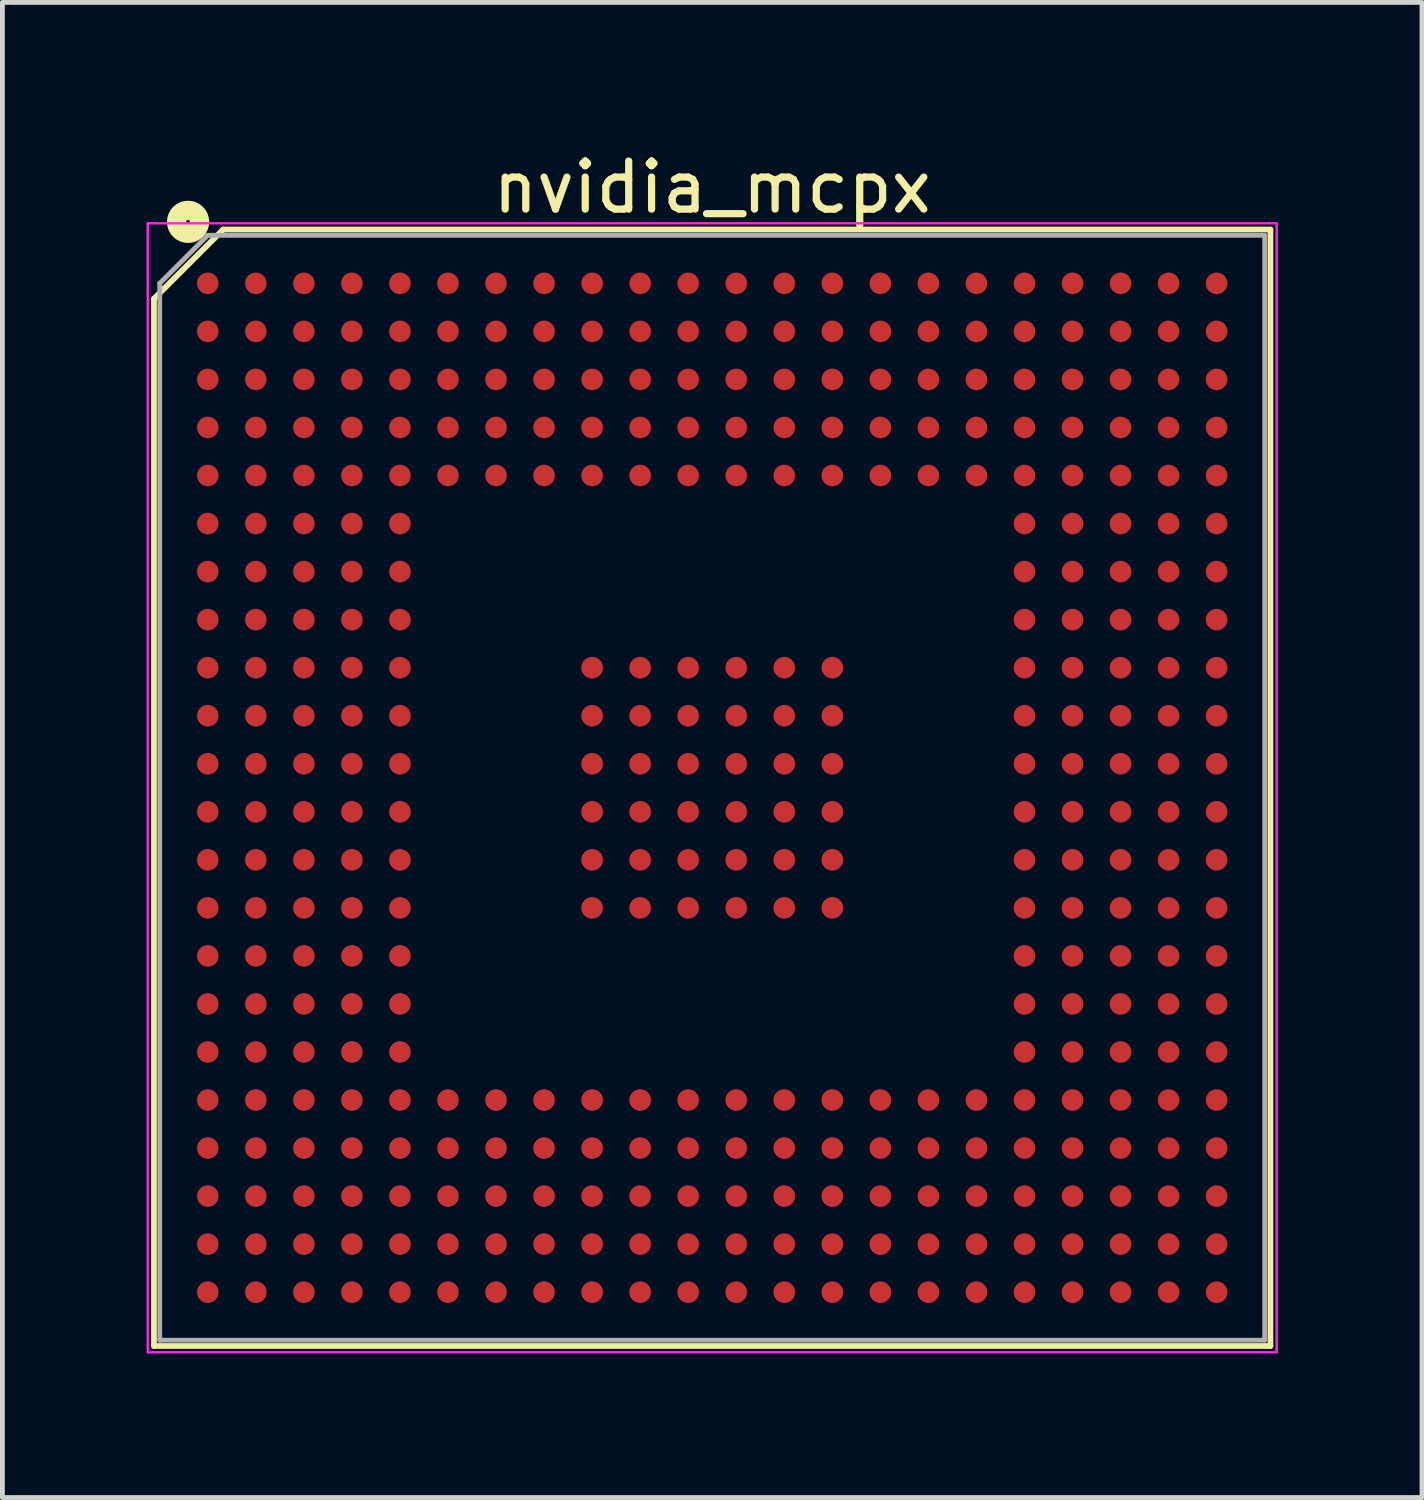
<source format=kicad_pcb>
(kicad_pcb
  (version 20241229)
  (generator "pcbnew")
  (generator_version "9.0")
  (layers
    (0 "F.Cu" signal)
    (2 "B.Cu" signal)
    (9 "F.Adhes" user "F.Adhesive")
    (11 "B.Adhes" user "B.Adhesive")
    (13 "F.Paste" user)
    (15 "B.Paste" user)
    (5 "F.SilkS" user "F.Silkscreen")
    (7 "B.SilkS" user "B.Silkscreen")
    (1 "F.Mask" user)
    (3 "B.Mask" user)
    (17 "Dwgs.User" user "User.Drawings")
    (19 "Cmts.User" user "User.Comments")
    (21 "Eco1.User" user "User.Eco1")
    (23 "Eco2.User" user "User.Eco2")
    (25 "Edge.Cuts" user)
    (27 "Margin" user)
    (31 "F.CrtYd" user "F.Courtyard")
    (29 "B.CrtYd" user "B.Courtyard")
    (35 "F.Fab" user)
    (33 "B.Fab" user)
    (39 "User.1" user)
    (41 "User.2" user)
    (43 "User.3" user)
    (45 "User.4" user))
  (footprint "nvidia_mcpx"
    (layer "F.Cu")
    (at 11.775 13.348)
    (property "Reference" "nvidia_mcpx" (at 0 -12.5 0) (layer "F.SilkS") (effects (font (size 1 1) (thickness 0.15))))
    (attr through_hole)
    (fp_line (start -11.62 -10.18) (end -11.62 11.62) (stroke (width 0.12) (type default)) (layer "F.SilkS"))
    (fp_line (start -10.18 -11.62) (end -11.62 -10.18) (stroke (width 0.12) (type default)) (layer "F.SilkS"))
    (fp_line (start 11.62 -11.62) (end -10.18 -11.62) (stroke (width 0.12) (type default)) (layer "F.SilkS"))
    (fp_line (start 11.62 11.62) (end -11.62 11.62) (stroke (width 0.12) (type default)) (layer "F.SilkS"))
    (fp_line (start 11.62 11.62) (end 11.62 -11.62) (stroke (width 0.12) (type default)) (layer "F.SilkS"))
    (fp_circle (center -10.91 -11.78) (end -10.67 -11.77) (stroke (width 0.4) (type default)) (fill no) (layer "F.SilkS"))
    (fp_line (start -11.75 -11.75) (end 11.75 -11.75) (stroke (width 0.05) (type default)) (layer "F.CrtYd"))
    (fp_line (start -11.75 11.75) (end -11.75 -11.75) (stroke (width 0.05) (type default)) (layer "F.CrtYd"))
    (fp_line (start 11.75 -11.75) (end 11.75 11.75) (stroke (width 0.05) (type default)) (layer "F.CrtYd"))
    (fp_line (start 11.75 11.75) (end -11.75 11.75) (stroke (width 0.05) (type default)) (layer "F.CrtYd"))
    (fp_line (start -11.5 -10.5) (end -11.5 11.5) (stroke (width 0.1) (type default)) (layer "F.Fab"))
    (fp_line (start -11.5 11.5) (end 11.5 11.5) (stroke (width 0.1) (type default)) (layer "F.Fab"))
    (fp_line (start -10.5 -11.5) (end -11.5 -10.5) (stroke (width 0.1) (type default)) (layer "F.Fab"))
    (fp_line (start 11.5 -11.5) (end -10.5 -11.5) (stroke (width 0.1) (type default)) (layer "F.Fab"))
    (fp_line (start 11.5 11.5) (end 11.5 -11.5) (stroke (width 0.1) (type default)) (layer "F.Fab"))
    (pad "A1" smd circle (at -10.5 -10.5) (size 0.45 0.45) (layers "F.Cu" "F.Mask" "F.Paste"))
    (pad "A2" smd circle (at -9.5 -10.5) (size 0.45 0.45) (layers "F.Cu" "F.Mask" "F.Paste"))
    (pad "A3" smd circle (at -8.5 -10.5) (size 0.45 0.45) (layers "F.Cu" "F.Mask" "F.Paste"))
    (pad "A4" smd circle (at -7.5 -10.5) (size 0.45 0.45) (layers "F.Cu" "F.Mask" "F.Paste"))
    (pad "A5" smd circle (at -6.5 -10.5) (size 0.45 0.45) (layers "F.Cu" "F.Mask" "F.Paste"))
    (pad "A6" smd circle (at -5.5 -10.5) (size 0.45 0.45) (layers "F.Cu" "F.Mask" "F.Paste"))
    (pad "A7" smd circle (at -4.5 -10.5) (size 0.45 0.45) (layers "F.Cu" "F.Mask" "F.Paste"))
    (pad "A8" smd circle (at -3.5 -10.5) (size 0.45 0.45) (layers "F.Cu" "F.Mask" "F.Paste"))
    (pad "A9" smd circle (at -2.5 -10.5) (size 0.45 0.45) (layers "F.Cu" "F.Mask" "F.Paste"))
    (pad "A10" smd circle (at -1.5 -10.5) (size 0.45 0.45) (layers "F.Cu" "F.Mask" "F.Paste"))
    (pad "A11" smd circle (at -0.5 -10.5) (size 0.45 0.45) (layers "F.Cu" "F.Mask" "F.Paste"))
    (pad "A12" smd circle (at 0.5 -10.5) (size 0.45 0.45) (layers "F.Cu" "F.Mask" "F.Paste"))
    (pad "A13" smd circle (at 1.5 -10.5) (size 0.45 0.45) (layers "F.Cu" "F.Mask" "F.Paste"))
    (pad "A14" smd circle (at 2.5 -10.5) (size 0.45 0.45) (layers "F.Cu" "F.Mask" "F.Paste"))
    (pad "A15" smd circle (at 3.5 -10.5) (size 0.45 0.45) (layers "F.Cu" "F.Mask" "F.Paste"))
    (pad "A16" smd circle (at 4.5 -10.5) (size 0.45 0.45) (layers "F.Cu" "F.Mask" "F.Paste"))
    (pad "A17" smd circle (at 5.5 -10.5) (size 0.45 0.45) (layers "F.Cu" "F.Mask" "F.Paste"))
    (pad "A18" smd circle (at 6.5 -10.5) (size 0.45 0.45) (layers "F.Cu" "F.Mask" "F.Paste"))
    (pad "A19" smd circle (at 7.5 -10.5) (size 0.45 0.45) (layers "F.Cu" "F.Mask" "F.Paste"))
    (pad "A20" smd circle (at 8.5 -10.5) (size 0.45 0.45) (layers "F.Cu" "F.Mask" "F.Paste"))
    (pad "A21" smd circle (at 9.5 -10.5) (size 0.45 0.45) (layers "F.Cu" "F.Mask" "F.Paste"))
    (pad "A22" smd circle (at 10.5 -10.5) (size 0.45 0.45) (layers "F.Cu" "F.Mask" "F.Paste"))
    (pad "AA1" smd circle (at -10.5 9.5) (size 0.45 0.45) (layers "F.Cu" "F.Mask" "F.Paste"))
    (pad "AA2" smd circle (at -9.5 9.5) (size 0.45 0.45) (layers "F.Cu" "F.Mask" "F.Paste"))
    (pad "AA3" smd circle (at -8.5 9.5) (size 0.45 0.45) (layers "F.Cu" "F.Mask" "F.Paste"))
    (pad "AA4" smd circle (at -7.5 9.5) (size 0.45 0.45) (layers "F.Cu" "F.Mask" "F.Paste"))
    (pad "AA5" smd circle (at -6.5 9.5) (size 0.45 0.45) (layers "F.Cu" "F.Mask" "F.Paste"))
    (pad "AA6" smd circle (at -5.5 9.5) (size 0.45 0.45) (layers "F.Cu" "F.Mask" "F.Paste"))
    (pad "AA7" smd circle (at -4.5 9.5) (size 0.45 0.45) (layers "F.Cu" "F.Mask" "F.Paste"))
    (pad "AA8" smd circle (at -3.5 9.5) (size 0.45 0.45) (layers "F.Cu" "F.Mask" "F.Paste"))
    (pad "AA9" smd circle (at -2.5 9.5) (size 0.45 0.45) (layers "F.Cu" "F.Mask" "F.Paste"))
    (pad "AA10" smd circle (at -1.5 9.5) (size 0.45 0.45) (layers "F.Cu" "F.Mask" "F.Paste"))
    (pad "AA11" smd circle (at -0.5 9.5) (size 0.45 0.45) (layers "F.Cu" "F.Mask" "F.Paste"))
    (pad "AA12" smd circle (at 0.5 9.5) (size 0.45 0.45) (layers "F.Cu" "F.Mask" "F.Paste"))
    (pad "AA13" smd circle (at 1.5 9.5) (size 0.45 0.45) (layers "F.Cu" "F.Mask" "F.Paste"))
    (pad "AA14" smd circle (at 2.5 9.5) (size 0.45 0.45) (layers "F.Cu" "F.Mask" "F.Paste"))
    (pad "AA15" smd circle (at 3.5 9.5) (size 0.45 0.45) (layers "F.Cu" "F.Mask" "F.Paste"))
    (pad "AA16" smd circle (at 4.5 9.5) (size 0.45 0.45) (layers "F.Cu" "F.Mask" "F.Paste"))
    (pad "AA17" smd circle (at 5.5 9.5) (size 0.45 0.45) (layers "F.Cu" "F.Mask" "F.Paste"))
    (pad "AA18" smd circle (at 6.5 9.5) (size 0.45 0.45) (layers "F.Cu" "F.Mask" "F.Paste"))
    (pad "AA19" smd circle (at 7.5 9.5) (size 0.45 0.45) (layers "F.Cu" "F.Mask" "F.Paste"))
    (pad "AA20" smd circle (at 8.5 9.5) (size 0.45 0.45) (layers "F.Cu" "F.Mask" "F.Paste"))
    (pad "AA21" smd circle (at 9.5 9.5) (size 0.45 0.45) (layers "F.Cu" "F.Mask" "F.Paste"))
    (pad "AA22" smd circle (at 10.5 9.5) (size 0.45 0.45) (layers "F.Cu" "F.Mask" "F.Paste"))
    (pad "AB1" smd circle (at -10.5 10.5) (size 0.45 0.45) (layers "F.Cu" "F.Mask" "F.Paste"))
    (pad "AB2" smd circle (at -9.5 10.5) (size 0.45 0.45) (layers "F.Cu" "F.Mask" "F.Paste"))
    (pad "AB3" smd circle (at -8.5 10.5) (size 0.45 0.45) (layers "F.Cu" "F.Mask" "F.Paste"))
    (pad "AB4" smd circle (at -7.5 10.5) (size 0.45 0.45) (layers "F.Cu" "F.Mask" "F.Paste"))
    (pad "AB5" smd circle (at -6.5 10.5) (size 0.45 0.45) (layers "F.Cu" "F.Mask" "F.Paste"))
    (pad "AB6" smd circle (at -5.5 10.5) (size 0.45 0.45) (layers "F.Cu" "F.Mask" "F.Paste"))
    (pad "AB7" smd circle (at -4.5 10.5) (size 0.45 0.45) (layers "F.Cu" "F.Mask" "F.Paste"))
    (pad "AB8" smd circle (at -3.5 10.5) (size 0.45 0.45) (layers "F.Cu" "F.Mask" "F.Paste"))
    (pad "AB9" smd circle (at -2.5 10.5) (size 0.45 0.45) (layers "F.Cu" "F.Mask" "F.Paste"))
    (pad "AB10" smd circle (at -1.5 10.5) (size 0.45 0.45) (layers "F.Cu" "F.Mask" "F.Paste"))
    (pad "AB11" smd circle (at -0.5 10.5) (size 0.45 0.45) (layers "F.Cu" "F.Mask" "F.Paste"))
    (pad "AB12" smd circle (at 0.5 10.5) (size 0.45 0.45) (layers "F.Cu" "F.Mask" "F.Paste"))
    (pad "AB13" smd circle (at 1.5 10.5) (size 0.45 0.45) (layers "F.Cu" "F.Mask" "F.Paste"))
    (pad "AB14" smd circle (at 2.5 10.5) (size 0.45 0.45) (layers "F.Cu" "F.Mask" "F.Paste"))
    (pad "AB15" smd circle (at 3.5 10.5) (size 0.45 0.45) (layers "F.Cu" "F.Mask" "F.Paste"))
    (pad "AB16" smd circle (at 4.5 10.5) (size 0.45 0.45) (layers "F.Cu" "F.Mask" "F.Paste"))
    (pad "AB17" smd circle (at 5.5 10.5) (size 0.45 0.45) (layers "F.Cu" "F.Mask" "F.Paste"))
    (pad "AB18" smd circle (at 6.5 10.5) (size 0.45 0.45) (layers "F.Cu" "F.Mask" "F.Paste"))
    (pad "AB19" smd circle (at 7.5 10.5) (size 0.45 0.45) (layers "F.Cu" "F.Mask" "F.Paste"))
    (pad "AB20" smd circle (at 8.5 10.5) (size 0.45 0.45) (layers "F.Cu" "F.Mask" "F.Paste"))
    (pad "AB21" smd circle (at 9.5 10.5) (size 0.45 0.45) (layers "F.Cu" "F.Mask" "F.Paste"))
    (pad "AB22" smd circle (at 10.5 10.5) (size 0.45 0.45) (layers "F.Cu" "F.Mask" "F.Paste"))
    (pad "B1" smd circle (at -10.5 -9.5) (size 0.45 0.45) (layers "F.Cu" "F.Mask" "F.Paste"))
    (pad "B2" smd circle (at -9.5 -9.5) (size 0.45 0.45) (layers "F.Cu" "F.Mask" "F.Paste"))
    (pad "B3" smd circle (at -8.5 -9.5) (size 0.45 0.45) (layers "F.Cu" "F.Mask" "F.Paste"))
    (pad "B4" smd circle (at -7.5 -9.5) (size 0.45 0.45) (layers "F.Cu" "F.Mask" "F.Paste"))
    (pad "B5" smd circle (at -6.5 -9.5) (size 0.45 0.45) (layers "F.Cu" "F.Mask" "F.Paste"))
    (pad "B6" smd circle (at -5.5 -9.5) (size 0.45 0.45) (layers "F.Cu" "F.Mask" "F.Paste"))
    (pad "B7" smd circle (at -4.5 -9.5) (size 0.45 0.45) (layers "F.Cu" "F.Mask" "F.Paste"))
    (pad "B8" smd circle (at -3.5 -9.5) (size 0.45 0.45) (layers "F.Cu" "F.Mask" "F.Paste"))
    (pad "B9" smd circle (at -2.5 -9.5) (size 0.45 0.45) (layers "F.Cu" "F.Mask" "F.Paste"))
    (pad "B10" smd circle (at -1.5 -9.5) (size 0.45 0.45) (layers "F.Cu" "F.Mask" "F.Paste"))
    (pad "B11" smd circle (at -0.5 -9.5) (size 0.45 0.45) (layers "F.Cu" "F.Mask" "F.Paste"))
    (pad "B12" smd circle (at 0.5 -9.5) (size 0.45 0.45) (layers "F.Cu" "F.Mask" "F.Paste"))
    (pad "B13" smd circle (at 1.5 -9.5) (size 0.45 0.45) (layers "F.Cu" "F.Mask" "F.Paste"))
    (pad "B14" smd circle (at 2.5 -9.5) (size 0.45 0.45) (layers "F.Cu" "F.Mask" "F.Paste"))
    (pad "B15" smd circle (at 3.5 -9.5) (size 0.45 0.45) (layers "F.Cu" "F.Mask" "F.Paste"))
    (pad "B16" smd circle (at 4.5 -9.5) (size 0.45 0.45) (layers "F.Cu" "F.Mask" "F.Paste"))
    (pad "B17" smd circle (at 5.5 -9.5) (size 0.45 0.45) (layers "F.Cu" "F.Mask" "F.Paste"))
    (pad "B18" smd circle (at 6.5 -9.5) (size 0.45 0.45) (layers "F.Cu" "F.Mask" "F.Paste"))
    (pad "B19" smd circle (at 7.5 -9.5) (size 0.45 0.45) (layers "F.Cu" "F.Mask" "F.Paste"))
    (pad "B20" smd circle (at 8.5 -9.5) (size 0.45 0.45) (layers "F.Cu" "F.Mask" "F.Paste"))
    (pad "B21" smd circle (at 9.5 -9.5) (size 0.45 0.45) (layers "F.Cu" "F.Mask" "F.Paste"))
    (pad "B22" smd circle (at 10.5 -9.5) (size 0.45 0.45) (layers "F.Cu" "F.Mask" "F.Paste"))
    (pad "C1" smd circle (at -10.5 -8.5) (size 0.45 0.45) (layers "F.Cu" "F.Mask" "F.Paste"))
    (pad "C2" smd circle (at -9.5 -8.5) (size 0.45 0.45) (layers "F.Cu" "F.Mask" "F.Paste"))
    (pad "C3" smd circle (at -8.5 -8.5) (size 0.45 0.45) (layers "F.Cu" "F.Mask" "F.Paste"))
    (pad "C4" smd circle (at -7.5 -8.5) (size 0.45 0.45) (layers "F.Cu" "F.Mask" "F.Paste"))
    (pad "C5" smd circle (at -6.5 -8.5) (size 0.45 0.45) (layers "F.Cu" "F.Mask" "F.Paste"))
    (pad "C6" smd circle (at -5.5 -8.5) (size 0.45 0.45) (layers "F.Cu" "F.Mask" "F.Paste"))
    (pad "C7" smd circle (at -4.5 -8.5) (size 0.45 0.45) (layers "F.Cu" "F.Mask" "F.Paste"))
    (pad "C8" smd circle (at -3.5 -8.5) (size 0.45 0.45) (layers "F.Cu" "F.Mask" "F.Paste"))
    (pad "C9" smd circle (at -2.5 -8.5) (size 0.45 0.45) (layers "F.Cu" "F.Mask" "F.Paste"))
    (pad "C10" smd circle (at -1.5 -8.5) (size 0.45 0.45) (layers "F.Cu" "F.Mask" "F.Paste"))
    (pad "C11" smd circle (at -0.5 -8.5) (size 0.45 0.45) (layers "F.Cu" "F.Mask" "F.Paste"))
    (pad "C12" smd circle (at 0.5 -8.5) (size 0.45 0.45) (layers "F.Cu" "F.Mask" "F.Paste"))
    (pad "C13" smd circle (at 1.5 -8.5) (size 0.45 0.45) (layers "F.Cu" "F.Mask" "F.Paste"))
    (pad "C14" smd circle (at 2.5 -8.5) (size 0.45 0.45) (layers "F.Cu" "F.Mask" "F.Paste"))
    (pad "C15" smd circle (at 3.5 -8.5) (size 0.45 0.45) (layers "F.Cu" "F.Mask" "F.Paste"))
    (pad "C16" smd circle (at 4.5 -8.5) (size 0.45 0.45) (layers "F.Cu" "F.Mask" "F.Paste"))
    (pad "C17" smd circle (at 5.5 -8.5) (size 0.45 0.45) (layers "F.Cu" "F.Mask" "F.Paste"))
    (pad "C18" smd circle (at 6.5 -8.5) (size 0.45 0.45) (layers "F.Cu" "F.Mask" "F.Paste"))
    (pad "C19" smd circle (at 7.5 -8.5) (size 0.45 0.45) (layers "F.Cu" "F.Mask" "F.Paste"))
    (pad "C20" smd circle (at 8.5 -8.5) (size 0.45 0.45) (layers "F.Cu" "F.Mask" "F.Paste"))
    (pad "C21" smd circle (at 9.5 -8.5) (size 0.45 0.45) (layers "F.Cu" "F.Mask" "F.Paste"))
    (pad "C22" smd circle (at 10.5 -8.5) (size 0.45 0.45) (layers "F.Cu" "F.Mask" "F.Paste"))
    (pad "D1" smd circle (at -10.5 -7.5) (size 0.45 0.45) (layers "F.Cu" "F.Mask" "F.Paste"))
    (pad "D2" smd circle (at -9.5 -7.5) (size 0.45 0.45) (layers "F.Cu" "F.Mask" "F.Paste"))
    (pad "D3" smd circle (at -8.5 -7.5) (size 0.45 0.45) (layers "F.Cu" "F.Mask" "F.Paste"))
    (pad "D4" smd circle (at -7.5 -7.5) (size 0.45 0.45) (layers "F.Cu" "F.Mask" "F.Paste"))
    (pad "D5" smd circle (at -6.5 -7.5) (size 0.45 0.45) (layers "F.Cu" "F.Mask" "F.Paste"))
    (pad "D6" smd circle (at -5.5 -7.5) (size 0.45 0.45) (layers "F.Cu" "F.Mask" "F.Paste"))
    (pad "D7" smd circle (at -4.5 -7.5) (size 0.45 0.45) (layers "F.Cu" "F.Mask" "F.Paste"))
    (pad "D8" smd circle (at -3.5 -7.5) (size 0.45 0.45) (layers "F.Cu" "F.Mask" "F.Paste"))
    (pad "D9" smd circle (at -2.5 -7.5) (size 0.45 0.45) (layers "F.Cu" "F.Mask" "F.Paste"))
    (pad "D10" smd circle (at -1.5 -7.5) (size 0.45 0.45) (layers "F.Cu" "F.Mask" "F.Paste"))
    (pad "D11" smd circle (at -0.5 -7.5) (size 0.45 0.45) (layers "F.Cu" "F.Mask" "F.Paste"))
    (pad "D12" smd circle (at 0.5 -7.5) (size 0.45 0.45) (layers "F.Cu" "F.Mask" "F.Paste"))
    (pad "D13" smd circle (at 1.5 -7.5) (size 0.45 0.45) (layers "F.Cu" "F.Mask" "F.Paste"))
    (pad "D14" smd circle (at 2.5 -7.5) (size 0.45 0.45) (layers "F.Cu" "F.Mask" "F.Paste"))
    (pad "D15" smd circle (at 3.5 -7.5) (size 0.45 0.45) (layers "F.Cu" "F.Mask" "F.Paste"))
    (pad "D16" smd circle (at 4.5 -7.5) (size 0.45 0.45) (layers "F.Cu" "F.Mask" "F.Paste"))
    (pad "D17" smd circle (at 5.5 -7.5) (size 0.45 0.45) (layers "F.Cu" "F.Mask" "F.Paste"))
    (pad "D18" smd circle (at 6.5 -7.5) (size 0.45 0.45) (layers "F.Cu" "F.Mask" "F.Paste"))
    (pad "D19" smd circle (at 7.5 -7.5) (size 0.45 0.45) (layers "F.Cu" "F.Mask" "F.Paste"))
    (pad "D20" smd circle (at 8.5 -7.5) (size 0.45 0.45) (layers "F.Cu" "F.Mask" "F.Paste"))
    (pad "D21" smd circle (at 9.5 -7.5) (size 0.45 0.45) (layers "F.Cu" "F.Mask" "F.Paste"))
    (pad "D22" smd circle (at 10.5 -7.5) (size 0.45 0.45) (layers "F.Cu" "F.Mask" "F.Paste"))
    (pad "E1" smd circle (at -10.5 -6.5) (size 0.45 0.45) (layers "F.Cu" "F.Mask" "F.Paste"))
    (pad "E2" smd circle (at -9.5 -6.5) (size 0.45 0.45) (layers "F.Cu" "F.Mask" "F.Paste"))
    (pad "E3" smd circle (at -8.5 -6.5) (size 0.45 0.45) (layers "F.Cu" "F.Mask" "F.Paste"))
    (pad "E4" smd circle (at -7.5 -6.5) (size 0.45 0.45) (layers "F.Cu" "F.Mask" "F.Paste"))
    (pad "E5" smd circle (at -6.5 -6.5) (size 0.45 0.45) (layers "F.Cu" "F.Mask" "F.Paste"))
    (pad "E6" smd circle (at -5.5 -6.5) (size 0.45 0.45) (layers "F.Cu" "F.Mask" "F.Paste"))
    (pad "E7" smd circle (at -4.5 -6.5) (size 0.45 0.45) (layers "F.Cu" "F.Mask" "F.Paste"))
    (pad "E8" smd circle (at -3.5 -6.5) (size 0.45 0.45) (layers "F.Cu" "F.Mask" "F.Paste"))
    (pad "E9" smd circle (at -2.5 -6.5) (size 0.45 0.45) (layers "F.Cu" "F.Mask" "F.Paste"))
    (pad "E10" smd circle (at -1.5 -6.5) (size 0.45 0.45) (layers "F.Cu" "F.Mask" "F.Paste"))
    (pad "E11" smd circle (at -0.5 -6.5) (size 0.45 0.45) (layers "F.Cu" "F.Mask" "F.Paste"))
    (pad "E12" smd circle (at 0.5 -6.5) (size 0.45 0.45) (layers "F.Cu" "F.Mask" "F.Paste"))
    (pad "E13" smd circle (at 1.5 -6.5) (size 0.45 0.45) (layers "F.Cu" "F.Mask" "F.Paste"))
    (pad "E14" smd circle (at 2.5 -6.5) (size 0.45 0.45) (layers "F.Cu" "F.Mask" "F.Paste"))
    (pad "E15" smd circle (at 3.5 -6.5) (size 0.45 0.45) (layers "F.Cu" "F.Mask" "F.Paste"))
    (pad "E16" smd circle (at 4.5 -6.5) (size 0.45 0.45) (layers "F.Cu" "F.Mask" "F.Paste"))
    (pad "E17" smd circle (at 5.5 -6.5) (size 0.45 0.45) (layers "F.Cu" "F.Mask" "F.Paste"))
    (pad "E18" smd circle (at 6.5 -6.5) (size 0.45 0.45) (layers "F.Cu" "F.Mask" "F.Paste"))
    (pad "E19" smd circle (at 7.5 -6.5) (size 0.45 0.45) (layers "F.Cu" "F.Mask" "F.Paste"))
    (pad "E20" smd circle (at 8.5 -6.5) (size 0.45 0.45) (layers "F.Cu" "F.Mask" "F.Paste"))
    (pad "E21" smd circle (at 9.5 -6.5) (size 0.45 0.45) (layers "F.Cu" "F.Mask" "F.Paste"))
    (pad "E22" smd circle (at 10.5 -6.5) (size 0.45 0.45) (layers "F.Cu" "F.Mask" "F.Paste"))
    (pad "F1" smd circle (at -10.5 -5.5) (size 0.45 0.45) (layers "F.Cu" "F.Mask" "F.Paste"))
    (pad "F2" smd circle (at -9.5 -5.5) (size 0.45 0.45) (layers "F.Cu" "F.Mask" "F.Paste"))
    (pad "F3" smd circle (at -8.5 -5.5) (size 0.45 0.45) (layers "F.Cu" "F.Mask" "F.Paste"))
    (pad "F4" smd circle (at -7.5 -5.5) (size 0.45 0.45) (layers "F.Cu" "F.Mask" "F.Paste"))
    (pad "F5" smd circle (at -6.5 -5.5) (size 0.45 0.45) (layers "F.Cu" "F.Mask" "F.Paste"))
    (pad "F18" smd circle (at 6.5 -5.5) (size 0.45 0.45) (layers "F.Cu" "F.Mask" "F.Paste"))
    (pad "F19" smd circle (at 7.5 -5.5) (size 0.45 0.45) (layers "F.Cu" "F.Mask" "F.Paste"))
    (pad "F20" smd circle (at 8.5 -5.5) (size 0.45 0.45) (layers "F.Cu" "F.Mask" "F.Paste"))
    (pad "F21" smd circle (at 9.5 -5.5) (size 0.45 0.45) (layers "F.Cu" "F.Mask" "F.Paste"))
    (pad "F22" smd circle (at 10.5 -5.5) (size 0.45 0.45) (layers "F.Cu" "F.Mask" "F.Paste"))
    (pad "G1" smd circle (at -10.5 -4.5) (size 0.45 0.45) (layers "F.Cu" "F.Mask" "F.Paste"))
    (pad "G2" smd circle (at -9.5 -4.5) (size 0.45 0.45) (layers "F.Cu" "F.Mask" "F.Paste"))
    (pad "G3" smd circle (at -8.5 -4.5) (size 0.45 0.45) (layers "F.Cu" "F.Mask" "F.Paste"))
    (pad "G4" smd circle (at -7.5 -4.5) (size 0.45 0.45) (layers "F.Cu" "F.Mask" "F.Paste"))
    (pad "G5" smd circle (at -6.5 -4.5) (size 0.45 0.45) (layers "F.Cu" "F.Mask" "F.Paste"))
    (pad "G18" smd circle (at 6.5 -4.5) (size 0.45 0.45) (layers "F.Cu" "F.Mask" "F.Paste"))
    (pad "G19" smd circle (at 7.5 -4.5) (size 0.45 0.45) (layers "F.Cu" "F.Mask" "F.Paste"))
    (pad "G20" smd circle (at 8.5 -4.5) (size 0.45 0.45) (layers "F.Cu" "F.Mask" "F.Paste"))
    (pad "G21" smd circle (at 9.5 -4.5) (size 0.45 0.45) (layers "F.Cu" "F.Mask" "F.Paste"))
    (pad "G22" smd circle (at 10.5 -4.5) (size 0.45 0.45) (layers "F.Cu" "F.Mask" "F.Paste"))
    (pad "H1" smd circle (at -10.5 -3.5) (size 0.45 0.45) (layers "F.Cu" "F.Mask" "F.Paste"))
    (pad "H2" smd circle (at -9.5 -3.5) (size 0.45 0.45) (layers "F.Cu" "F.Mask" "F.Paste"))
    (pad "H3" smd circle (at -8.5 -3.5) (size 0.45 0.45) (layers "F.Cu" "F.Mask" "F.Paste"))
    (pad "H4" smd circle (at -7.5 -3.5) (size 0.45 0.45) (layers "F.Cu" "F.Mask" "F.Paste"))
    (pad "H5" smd circle (at -6.5 -3.5) (size 0.45 0.45) (layers "F.Cu" "F.Mask" "F.Paste"))
    (pad "H18" smd circle (at 6.5 -3.5) (size 0.45 0.45) (layers "F.Cu" "F.Mask" "F.Paste"))
    (pad "H19" smd circle (at 7.5 -3.5) (size 0.45 0.45) (layers "F.Cu" "F.Mask" "F.Paste"))
    (pad "H20" smd circle (at 8.5 -3.5) (size 0.45 0.45) (layers "F.Cu" "F.Mask" "F.Paste"))
    (pad "H21" smd circle (at 9.5 -3.5) (size 0.45 0.45) (layers "F.Cu" "F.Mask" "F.Paste"))
    (pad "H22" smd circle (at 10.5 -3.5) (size 0.45 0.45) (layers "F.Cu" "F.Mask" "F.Paste"))
    (pad "J1" smd circle (at -10.5 -2.5) (size 0.45 0.45) (layers "F.Cu" "F.Mask" "F.Paste"))
    (pad "J2" smd circle (at -9.5 -2.5) (size 0.45 0.45) (layers "F.Cu" "F.Mask" "F.Paste"))
    (pad "J3" smd circle (at -8.5 -2.5) (size 0.45 0.45) (layers "F.Cu" "F.Mask" "F.Paste"))
    (pad "J4" smd circle (at -7.5 -2.5) (size 0.45 0.45) (layers "F.Cu" "F.Mask" "F.Paste"))
    (pad "J5" smd circle (at -6.5 -2.5) (size 0.45 0.45) (layers "F.Cu" "F.Mask" "F.Paste"))
    (pad "J9" smd circle (at -2.5 -2.5) (size 0.45 0.45) (layers "F.Cu" "F.Mask" "F.Paste"))
    (pad "J10" smd circle (at -1.5 -2.5) (size 0.45 0.45) (layers "F.Cu" "F.Mask" "F.Paste"))
    (pad "J11" smd circle (at -0.5 -2.5) (size 0.45 0.45) (layers "F.Cu" "F.Mask" "F.Paste"))
    (pad "J12" smd circle (at 0.5 -2.5) (size 0.45 0.45) (layers "F.Cu" "F.Mask" "F.Paste"))
    (pad "J13" smd circle (at 1.5 -2.5) (size 0.45 0.45) (layers "F.Cu" "F.Mask" "F.Paste"))
    (pad "J14" smd circle (at 2.5 -2.5) (size 0.45 0.45) (layers "F.Cu" "F.Mask" "F.Paste"))
    (pad "J18" smd circle (at 6.5 -2.5) (size 0.45 0.45) (layers "F.Cu" "F.Mask" "F.Paste"))
    (pad "J19" smd circle (at 7.5 -2.5) (size 0.45 0.45) (layers "F.Cu" "F.Mask" "F.Paste"))
    (pad "J20" smd circle (at 8.5 -2.5) (size 0.45 0.45) (layers "F.Cu" "F.Mask" "F.Paste"))
    (pad "J21" smd circle (at 9.5 -2.5) (size 0.45 0.45) (layers "F.Cu" "F.Mask" "F.Paste"))
    (pad "J22" smd circle (at 10.5 -2.5) (size 0.45 0.45) (layers "F.Cu" "F.Mask" "F.Paste"))
    (pad "K1" smd circle (at -10.5 -1.5) (size 0.45 0.45) (layers "F.Cu" "F.Mask" "F.Paste"))
    (pad "K2" smd circle (at -9.5 -1.5) (size 0.45 0.45) (layers "F.Cu" "F.Mask" "F.Paste"))
    (pad "K3" smd circle (at -8.5 -1.5) (size 0.45 0.45) (layers "F.Cu" "F.Mask" "F.Paste"))
    (pad "K4" smd circle (at -7.5 -1.5) (size 0.45 0.45) (layers "F.Cu" "F.Mask" "F.Paste"))
    (pad "K5" smd circle (at -6.5 -1.5) (size 0.45 0.45) (layers "F.Cu" "F.Mask" "F.Paste"))
    (pad "K9" smd circle (at -2.5 -1.5) (size 0.45 0.45) (layers "F.Cu" "F.Mask" "F.Paste"))
    (pad "K10" smd circle (at -1.5 -1.5) (size 0.45 0.45) (layers "F.Cu" "F.Mask" "F.Paste"))
    (pad "K11" smd circle (at -0.5 -1.5) (size 0.45 0.45) (layers "F.Cu" "F.Mask" "F.Paste"))
    (pad "K12" smd circle (at 0.5 -1.5) (size 0.45 0.45) (layers "F.Cu" "F.Mask" "F.Paste"))
    (pad "K13" smd circle (at 1.5 -1.5) (size 0.45 0.45) (layers "F.Cu" "F.Mask" "F.Paste"))
    (pad "K14" smd circle (at 2.5 -1.5) (size 0.45 0.45) (layers "F.Cu" "F.Mask" "F.Paste"))
    (pad "K18" smd circle (at 6.5 -1.5) (size 0.45 0.45) (layers "F.Cu" "F.Mask" "F.Paste"))
    (pad "K19" smd circle (at 7.5 -1.5) (size 0.45 0.45) (layers "F.Cu" "F.Mask" "F.Paste"))
    (pad "K20" smd circle (at 8.5 -1.5) (size 0.45 0.45) (layers "F.Cu" "F.Mask" "F.Paste"))
    (pad "K21" smd circle (at 9.5 -1.5) (size 0.45 0.45) (layers "F.Cu" "F.Mask" "F.Paste"))
    (pad "K22" smd circle (at 10.5 -1.5) (size 0.45 0.45) (layers "F.Cu" "F.Mask" "F.Paste"))
    (pad "L1" smd circle (at -10.5 -0.5) (size 0.45 0.45) (layers "F.Cu" "F.Mask" "F.Paste"))
    (pad "L2" smd circle (at -9.5 -0.5) (size 0.45 0.45) (layers "F.Cu" "F.Mask" "F.Paste"))
    (pad "L3" smd circle (at -8.5 -0.5) (size 0.45 0.45) (layers "F.Cu" "F.Mask" "F.Paste"))
    (pad "L4" smd circle (at -7.5 -0.5) (size 0.45 0.45) (layers "F.Cu" "F.Mask" "F.Paste"))
    (pad "L5" smd circle (at -6.5 -0.5) (size 0.45 0.45) (layers "F.Cu" "F.Mask" "F.Paste"))
    (pad "L9" smd circle (at -2.5 -0.5) (size 0.45 0.45) (layers "F.Cu" "F.Mask" "F.Paste"))
    (pad "L10" smd circle (at -1.5 -0.5) (size 0.45 0.45) (layers "F.Cu" "F.Mask" "F.Paste"))
    (pad "L11" smd circle (at -0.5 -0.5) (size 0.45 0.45) (layers "F.Cu" "F.Mask" "F.Paste"))
    (pad "L12" smd circle (at 0.5 -0.5) (size 0.45 0.45) (layers "F.Cu" "F.Mask" "F.Paste"))
    (pad "L13" smd circle (at 1.5 -0.5) (size 0.45 0.45) (layers "F.Cu" "F.Mask" "F.Paste"))
    (pad "L14" smd circle (at 2.5 -0.5) (size 0.45 0.45) (layers "F.Cu" "F.Mask" "F.Paste"))
    (pad "L18" smd circle (at 6.5 -0.5) (size 0.45 0.45) (layers "F.Cu" "F.Mask" "F.Paste"))
    (pad "L19" smd circle (at 7.5 -0.5) (size 0.45 0.45) (layers "F.Cu" "F.Mask" "F.Paste"))
    (pad "L20" smd circle (at 8.5 -0.5) (size 0.45 0.45) (layers "F.Cu" "F.Mask" "F.Paste"))
    (pad "L21" smd circle (at 9.5 -0.5) (size 0.45 0.45) (layers "F.Cu" "F.Mask" "F.Paste"))
    (pad "L22" smd circle (at 10.5 -0.5) (size 0.45 0.45) (layers "F.Cu" "F.Mask" "F.Paste"))
    (pad "M1" smd circle (at -10.5 0.5) (size 0.45 0.45) (layers "F.Cu" "F.Mask" "F.Paste"))
    (pad "M2" smd circle (at -9.5 0.5) (size 0.45 0.45) (layers "F.Cu" "F.Mask" "F.Paste"))
    (pad "M3" smd circle (at -8.5 0.5) (size 0.45 0.45) (layers "F.Cu" "F.Mask" "F.Paste"))
    (pad "M4" smd circle (at -7.5 0.5) (size 0.45 0.45) (layers "F.Cu" "F.Mask" "F.Paste"))
    (pad "M5" smd circle (at -6.5 0.5) (size 0.45 0.45) (layers "F.Cu" "F.Mask" "F.Paste"))
    (pad "M9" smd circle (at -2.5 0.5) (size 0.45 0.45) (layers "F.Cu" "F.Mask" "F.Paste"))
    (pad "M10" smd circle (at -1.5 0.5) (size 0.45 0.45) (layers "F.Cu" "F.Mask" "F.Paste"))
    (pad "M11" smd circle (at -0.5 0.5) (size 0.45 0.45) (layers "F.Cu" "F.Mask" "F.Paste"))
    (pad "M12" smd circle (at 0.5 0.5) (size 0.45 0.45) (layers "F.Cu" "F.Mask" "F.Paste"))
    (pad "M13" smd circle (at 1.5 0.5) (size 0.45 0.45) (layers "F.Cu" "F.Mask" "F.Paste"))
    (pad "M14" smd circle (at 2.5 0.5) (size 0.45 0.45) (layers "F.Cu" "F.Mask" "F.Paste"))
    (pad "M18" smd circle (at 6.5 0.5) (size 0.45 0.45) (layers "F.Cu" "F.Mask" "F.Paste"))
    (pad "M19" smd circle (at 7.5 0.5) (size 0.45 0.45) (layers "F.Cu" "F.Mask" "F.Paste"))
    (pad "M20" smd circle (at 8.5 0.5) (size 0.45 0.45) (layers "F.Cu" "F.Mask" "F.Paste"))
    (pad "M21" smd circle (at 9.5 0.5) (size 0.45 0.45) (layers "F.Cu" "F.Mask" "F.Paste"))
    (pad "M22" smd circle (at 10.5 0.5) (size 0.45 0.45) (layers "F.Cu" "F.Mask" "F.Paste"))
    (pad "N1" smd circle (at -10.5 1.5) (size 0.45 0.45) (layers "F.Cu" "F.Mask" "F.Paste"))
    (pad "N2" smd circle (at -9.5 1.5) (size 0.45 0.45) (layers "F.Cu" "F.Mask" "F.Paste"))
    (pad "N3" smd circle (at -8.5 1.5) (size 0.45 0.45) (layers "F.Cu" "F.Mask" "F.Paste"))
    (pad "N4" smd circle (at -7.5 1.5) (size 0.45 0.45) (layers "F.Cu" "F.Mask" "F.Paste"))
    (pad "N5" smd circle (at -6.5 1.5) (size 0.45 0.45) (layers "F.Cu" "F.Mask" "F.Paste"))
    (pad "N9" smd circle (at -2.5 1.5) (size 0.45 0.45) (layers "F.Cu" "F.Mask" "F.Paste"))
    (pad "N10" smd circle (at -1.5 1.5) (size 0.45 0.45) (layers "F.Cu" "F.Mask" "F.Paste"))
    (pad "N11" smd circle (at -0.5 1.5) (size 0.45 0.45) (layers "F.Cu" "F.Mask" "F.Paste"))
    (pad "N12" smd circle (at 0.5 1.5) (size 0.45 0.45) (layers "F.Cu" "F.Mask" "F.Paste"))
    (pad "N13" smd circle (at 1.5 1.5) (size 0.45 0.45) (layers "F.Cu" "F.Mask" "F.Paste"))
    (pad "N14" smd circle (at 2.5 1.5) (size 0.45 0.45) (layers "F.Cu" "F.Mask" "F.Paste"))
    (pad "N18" smd circle (at 6.5 1.5) (size 0.45 0.45) (layers "F.Cu" "F.Mask" "F.Paste"))
    (pad "N19" smd circle (at 7.5 1.5) (size 0.45 0.45) (layers "F.Cu" "F.Mask" "F.Paste"))
    (pad "N20" smd circle (at 8.5 1.5) (size 0.45 0.45) (layers "F.Cu" "F.Mask" "F.Paste"))
    (pad "N21" smd circle (at 9.5 1.5) (size 0.45 0.45) (layers "F.Cu" "F.Mask" "F.Paste"))
    (pad "N22" smd circle (at 10.5 1.5) (size 0.45 0.45) (layers "F.Cu" "F.Mask" "F.Paste"))
    (pad "P1" smd circle (at -10.5 2.5) (size 0.45 0.45) (layers "F.Cu" "F.Mask" "F.Paste"))
    (pad "P2" smd circle (at -9.5 2.5) (size 0.45 0.45) (layers "F.Cu" "F.Mask" "F.Paste"))
    (pad "P3" smd circle (at -8.5 2.5) (size 0.45 0.45) (layers "F.Cu" "F.Mask" "F.Paste"))
    (pad "P4" smd circle (at -7.5 2.5) (size 0.45 0.45) (layers "F.Cu" "F.Mask" "F.Paste"))
    (pad "P5" smd circle (at -6.5 2.5) (size 0.45 0.45) (layers "F.Cu" "F.Mask" "F.Paste"))
    (pad "P9" smd circle (at -2.5 2.5) (size 0.45 0.45) (layers "F.Cu" "F.Mask" "F.Paste"))
    (pad "P10" smd circle (at -1.5 2.5) (size 0.45 0.45) (layers "F.Cu" "F.Mask" "F.Paste"))
    (pad "P11" smd circle (at -0.5 2.5) (size 0.45 0.45) (layers "F.Cu" "F.Mask" "F.Paste"))
    (pad "P12" smd circle (at 0.5 2.5) (size 0.45 0.45) (layers "F.Cu" "F.Mask" "F.Paste"))
    (pad "P13" smd circle (at 1.5 2.5) (size 0.45 0.45) (layers "F.Cu" "F.Mask" "F.Paste"))
    (pad "P14" smd circle (at 2.5 2.5) (size 0.45 0.45) (layers "F.Cu" "F.Mask" "F.Paste"))
    (pad "P18" smd circle (at 6.5 2.5) (size 0.45 0.45) (layers "F.Cu" "F.Mask" "F.Paste"))
    (pad "P19" smd circle (at 7.5 2.5) (size 0.45 0.45) (layers "F.Cu" "F.Mask" "F.Paste"))
    (pad "P20" smd circle (at 8.5 2.5) (size 0.45 0.45) (layers "F.Cu" "F.Mask" "F.Paste"))
    (pad "P21" smd circle (at 9.5 2.5) (size 0.45 0.45) (layers "F.Cu" "F.Mask" "F.Paste"))
    (pad "P22" smd circle (at 10.5 2.5) (size 0.45 0.45) (layers "F.Cu" "F.Mask" "F.Paste"))
    (pad "R1" smd circle (at -10.5 3.5) (size 0.45 0.45) (layers "F.Cu" "F.Mask" "F.Paste"))
    (pad "R2" smd circle (at -9.5 3.5) (size 0.45 0.45) (layers "F.Cu" "F.Mask" "F.Paste"))
    (pad "R3" smd circle (at -8.5 3.5) (size 0.45 0.45) (layers "F.Cu" "F.Mask" "F.Paste"))
    (pad "R4" smd circle (at -7.5 3.5) (size 0.45 0.45) (layers "F.Cu" "F.Mask" "F.Paste"))
    (pad "R5" smd circle (at -6.5 3.5) (size 0.45 0.45) (layers "F.Cu" "F.Mask" "F.Paste"))
    (pad "R18" smd circle (at 6.5 3.5) (size 0.45 0.45) (layers "F.Cu" "F.Mask" "F.Paste"))
    (pad "R19" smd circle (at 7.5 3.5) (size 0.45 0.45) (layers "F.Cu" "F.Mask" "F.Paste"))
    (pad "R20" smd circle (at 8.5 3.5) (size 0.45 0.45) (layers "F.Cu" "F.Mask" "F.Paste"))
    (pad "R21" smd circle (at 9.5 3.5) (size 0.45 0.45) (layers "F.Cu" "F.Mask" "F.Paste"))
    (pad "R22" smd circle (at 10.5 3.5) (size 0.45 0.45) (layers "F.Cu" "F.Mask" "F.Paste"))
    (pad "T1" smd circle (at -10.5 4.5) (size 0.45 0.45) (layers "F.Cu" "F.Mask" "F.Paste"))
    (pad "T2" smd circle (at -9.5 4.5) (size 0.45 0.45) (layers "F.Cu" "F.Mask" "F.Paste"))
    (pad "T3" smd circle (at -8.5 4.5) (size 0.45 0.45) (layers "F.Cu" "F.Mask" "F.Paste"))
    (pad "T4" smd circle (at -7.5 4.5) (size 0.45 0.45) (layers "F.Cu" "F.Mask" "F.Paste"))
    (pad "T5" smd circle (at -6.5 4.5) (size 0.45 0.45) (layers "F.Cu" "F.Mask" "F.Paste"))
    (pad "T18" smd circle (at 6.5 4.5) (size 0.45 0.45) (layers "F.Cu" "F.Mask" "F.Paste"))
    (pad "T19" smd circle (at 7.5 4.5) (size 0.45 0.45) (layers "F.Cu" "F.Mask" "F.Paste"))
    (pad "T20" smd circle (at 8.5 4.5) (size 0.45 0.45) (layers "F.Cu" "F.Mask" "F.Paste"))
    (pad "T21" smd circle (at 9.5 4.5) (size 0.45 0.45) (layers "F.Cu" "F.Mask" "F.Paste"))
    (pad "T22" smd circle (at 10.5 4.5) (size 0.45 0.45) (layers "F.Cu" "F.Mask" "F.Paste"))
    (pad "U1" smd circle (at -10.5 5.5) (size 0.45 0.45) (layers "F.Cu" "F.Mask" "F.Paste"))
    (pad "U2" smd circle (at -9.5 5.5) (size 0.45 0.45) (layers "F.Cu" "F.Mask" "F.Paste"))
    (pad "U3" smd circle (at -8.5 5.5) (size 0.45 0.45) (layers "F.Cu" "F.Mask" "F.Paste"))
    (pad "U4" smd circle (at -7.5 5.5) (size 0.45 0.45) (layers "F.Cu" "F.Mask" "F.Paste"))
    (pad "U5" smd circle (at -6.5 5.5) (size 0.45 0.45) (layers "F.Cu" "F.Mask" "F.Paste"))
    (pad "U18" smd circle (at 6.5 5.5) (size 0.45 0.45) (layers "F.Cu" "F.Mask" "F.Paste"))
    (pad "U19" smd circle (at 7.5 5.5) (size 0.45 0.45) (layers "F.Cu" "F.Mask" "F.Paste"))
    (pad "U20" smd circle (at 8.5 5.5) (size 0.45 0.45) (layers "F.Cu" "F.Mask" "F.Paste"))
    (pad "U21" smd circle (at 9.5 5.5) (size 0.45 0.45) (layers "F.Cu" "F.Mask" "F.Paste"))
    (pad "U22" smd circle (at 10.5 5.5) (size 0.45 0.45) (layers "F.Cu" "F.Mask" "F.Paste"))
    (pad "V1" smd circle (at -10.5 6.5) (size 0.45 0.45) (layers "F.Cu" "F.Mask" "F.Paste"))
    (pad "V2" smd circle (at -9.5 6.5) (size 0.45 0.45) (layers "F.Cu" "F.Mask" "F.Paste"))
    (pad "V3" smd circle (at -8.5 6.5) (size 0.45 0.45) (layers "F.Cu" "F.Mask" "F.Paste"))
    (pad "V4" smd circle (at -7.5 6.5) (size 0.45 0.45) (layers "F.Cu" "F.Mask" "F.Paste"))
    (pad "V5" smd circle (at -6.5 6.5) (size 0.45 0.45) (layers "F.Cu" "F.Mask" "F.Paste"))
    (pad "V6" smd circle (at -5.5 6.5) (size 0.45 0.45) (layers "F.Cu" "F.Mask" "F.Paste"))
    (pad "V7" smd circle (at -4.5 6.5) (size 0.45 0.45) (layers "F.Cu" "F.Mask" "F.Paste"))
    (pad "V8" smd circle (at -3.5 6.5) (size 0.45 0.45) (layers "F.Cu" "F.Mask" "F.Paste"))
    (pad "V9" smd circle (at -2.5 6.5) (size 0.45 0.45) (layers "F.Cu" "F.Mask" "F.Paste"))
    (pad "V10" smd circle (at -1.5 6.5) (size 0.45 0.45) (layers "F.Cu" "F.Mask" "F.Paste"))
    (pad "V11" smd circle (at -0.5 6.5) (size 0.45 0.45) (layers "F.Cu" "F.Mask" "F.Paste"))
    (pad "V12" smd circle (at 0.5 6.5) (size 0.45 0.45) (layers "F.Cu" "F.Mask" "F.Paste"))
    (pad "V13" smd circle (at 1.5 6.5) (size 0.45 0.45) (layers "F.Cu" "F.Mask" "F.Paste"))
    (pad "V14" smd circle (at 2.5 6.5) (size 0.45 0.45) (layers "F.Cu" "F.Mask" "F.Paste"))
    (pad "V15" smd circle (at 3.5 6.5) (size 0.45 0.45) (layers "F.Cu" "F.Mask" "F.Paste"))
    (pad "V16" smd circle (at 4.5 6.5) (size 0.45 0.45) (layers "F.Cu" "F.Mask" "F.Paste"))
    (pad "V17" smd circle (at 5.5 6.5) (size 0.45 0.45) (layers "F.Cu" "F.Mask" "F.Paste"))
    (pad "V18" smd circle (at 6.5 6.5) (size 0.45 0.45) (layers "F.Cu" "F.Mask" "F.Paste"))
    (pad "V19" smd circle (at 7.5 6.5) (size 0.45 0.45) (layers "F.Cu" "F.Mask" "F.Paste"))
    (pad "V20" smd circle (at 8.5 6.5) (size 0.45 0.45) (layers "F.Cu" "F.Mask" "F.Paste"))
    (pad "V21" smd circle (at 9.5 6.5) (size 0.45 0.45) (layers "F.Cu" "F.Mask" "F.Paste"))
    (pad "V22" smd circle (at 10.5 6.5) (size 0.45 0.45) (layers "F.Cu" "F.Mask" "F.Paste"))
    (pad "W1" smd circle (at -10.5 7.5) (size 0.45 0.45) (layers "F.Cu" "F.Mask" "F.Paste"))
    (pad "W2" smd circle (at -9.5 7.5) (size 0.45 0.45) (layers "F.Cu" "F.Mask" "F.Paste"))
    (pad "W3" smd circle (at -8.5 7.5) (size 0.45 0.45) (layers "F.Cu" "F.Mask" "F.Paste"))
    (pad "W4" smd circle (at -7.5 7.5) (size 0.45 0.45) (layers "F.Cu" "F.Mask" "F.Paste"))
    (pad "W5" smd circle (at -6.5 7.5) (size 0.45 0.45) (layers "F.Cu" "F.Mask" "F.Paste"))
    (pad "W6" smd circle (at -5.5 7.5) (size 0.45 0.45) (layers "F.Cu" "F.Mask" "F.Paste"))
    (pad "W7" smd circle (at -4.5 7.5) (size 0.45 0.45) (layers "F.Cu" "F.Mask" "F.Paste"))
    (pad "W8" smd circle (at -3.5 7.5) (size 0.45 0.45) (layers "F.Cu" "F.Mask" "F.Paste"))
    (pad "W9" smd circle (at -2.5 7.5) (size 0.45 0.45) (layers "F.Cu" "F.Mask" "F.Paste"))
    (pad "W10" smd circle (at -1.5 7.5) (size 0.45 0.45) (layers "F.Cu" "F.Mask" "F.Paste"))
    (pad "W11" smd circle (at -0.5 7.5) (size 0.45 0.45) (layers "F.Cu" "F.Mask" "F.Paste"))
    (pad "W12" smd circle (at 0.5 7.5) (size 0.45 0.45) (layers "F.Cu" "F.Mask" "F.Paste"))
    (pad "W13" smd circle (at 1.5 7.5) (size 0.45 0.45) (layers "F.Cu" "F.Mask" "F.Paste"))
    (pad "W14" smd circle (at 2.5 7.5) (size 0.45 0.45) (layers "F.Cu" "F.Mask" "F.Paste"))
    (pad "W15" smd circle (at 3.5 7.5) (size 0.45 0.45) (layers "F.Cu" "F.Mask" "F.Paste"))
    (pad "W16" smd circle (at 4.5 7.5) (size 0.45 0.45) (layers "F.Cu" "F.Mask" "F.Paste"))
    (pad "W17" smd circle (at 5.5 7.5) (size 0.45 0.45) (layers "F.Cu" "F.Mask" "F.Paste"))
    (pad "W18" smd circle (at 6.5 7.5) (size 0.45 0.45) (layers "F.Cu" "F.Mask" "F.Paste"))
    (pad "W19" smd circle (at 7.5 7.5) (size 0.45 0.45) (layers "F.Cu" "F.Mask" "F.Paste"))
    (pad "W20" smd circle (at 8.5 7.5) (size 0.45 0.45) (layers "F.Cu" "F.Mask" "F.Paste"))
    (pad "W21" smd circle (at 9.5 7.5) (size 0.45 0.45) (layers "F.Cu" "F.Mask" "F.Paste"))
    (pad "W22" smd circle (at 10.5 7.5) (size 0.45 0.45) (layers "F.Cu" "F.Mask" "F.Paste"))
    (pad "Y1" smd circle (at -10.5 8.5) (size 0.45 0.45) (layers "F.Cu" "F.Mask" "F.Paste"))
    (pad "Y2" smd circle (at -9.5 8.5) (size 0.45 0.45) (layers "F.Cu" "F.Mask" "F.Paste"))
    (pad "Y3" smd circle (at -8.5 8.5) (size 0.45 0.45) (layers "F.Cu" "F.Mask" "F.Paste"))
    (pad "Y4" smd circle (at -7.5 8.5) (size 0.45 0.45) (layers "F.Cu" "F.Mask" "F.Paste"))
    (pad "Y5" smd circle (at -6.5 8.5) (size 0.45 0.45) (layers "F.Cu" "F.Mask" "F.Paste"))
    (pad "Y6" smd circle (at -5.5 8.5) (size 0.45 0.45) (layers "F.Cu" "F.Mask" "F.Paste"))
    (pad "Y7" smd circle (at -4.5 8.5) (size 0.45 0.45) (layers "F.Cu" "F.Mask" "F.Paste"))
    (pad "Y8" smd circle (at -3.5 8.5) (size 0.45 0.45) (layers "F.Cu" "F.Mask" "F.Paste"))
    (pad "Y9" smd circle (at -2.5 8.5) (size 0.45 0.45) (layers "F.Cu" "F.Mask" "F.Paste"))
    (pad "Y10" smd circle (at -1.5 8.5) (size 0.45 0.45) (layers "F.Cu" "F.Mask" "F.Paste"))
    (pad "Y11" smd circle (at -0.5 8.5) (size 0.45 0.45) (layers "F.Cu" "F.Mask" "F.Paste"))
    (pad "Y12" smd circle (at 0.5 8.5) (size 0.45 0.45) (layers "F.Cu" "F.Mask" "F.Paste"))
    (pad "Y13" smd circle (at 1.5 8.5) (size 0.45 0.45) (layers "F.Cu" "F.Mask" "F.Paste"))
    (pad "Y14" smd circle (at 2.5 8.5) (size 0.45 0.45) (layers "F.Cu" "F.Mask" "F.Paste"))
    (pad "Y15" smd circle (at 3.5 8.5) (size 0.45 0.45) (layers "F.Cu" "F.Mask" "F.Paste"))
    (pad "Y16" smd circle (at 4.5 8.5) (size 0.45 0.45) (layers "F.Cu" "F.Mask" "F.Paste"))
    (pad "Y17" smd circle (at 5.5 8.5) (size 0.45 0.45) (layers "F.Cu" "F.Mask" "F.Paste"))
    (pad "Y18" smd circle (at 6.5 8.5) (size 0.45 0.45) (layers "F.Cu" "F.Mask" "F.Paste"))
    (pad "Y19" smd circle (at 7.5 8.5) (size 0.45 0.45) (layers "F.Cu" "F.Mask" "F.Paste"))
    (pad "Y20" smd circle (at 8.5 8.5) (size 0.45 0.45) (layers "F.Cu" "F.Mask" "F.Paste"))
    (pad "Y21" smd circle (at 9.5 8.5) (size 0.45 0.45) (layers "F.Cu" "F.Mask" "F.Paste"))
    (pad "Y22" smd circle (at 10.5 8.5) (size 0.45 0.45) (layers "F.Cu" "F.Mask" "F.Paste")))
  (gr_rect
    (start -3 -3)
    (end 26.55 28.123)
    (stroke (width 0.1) (type default))
    (fill no)
    (layer "Edge.Cuts")))
</source>
